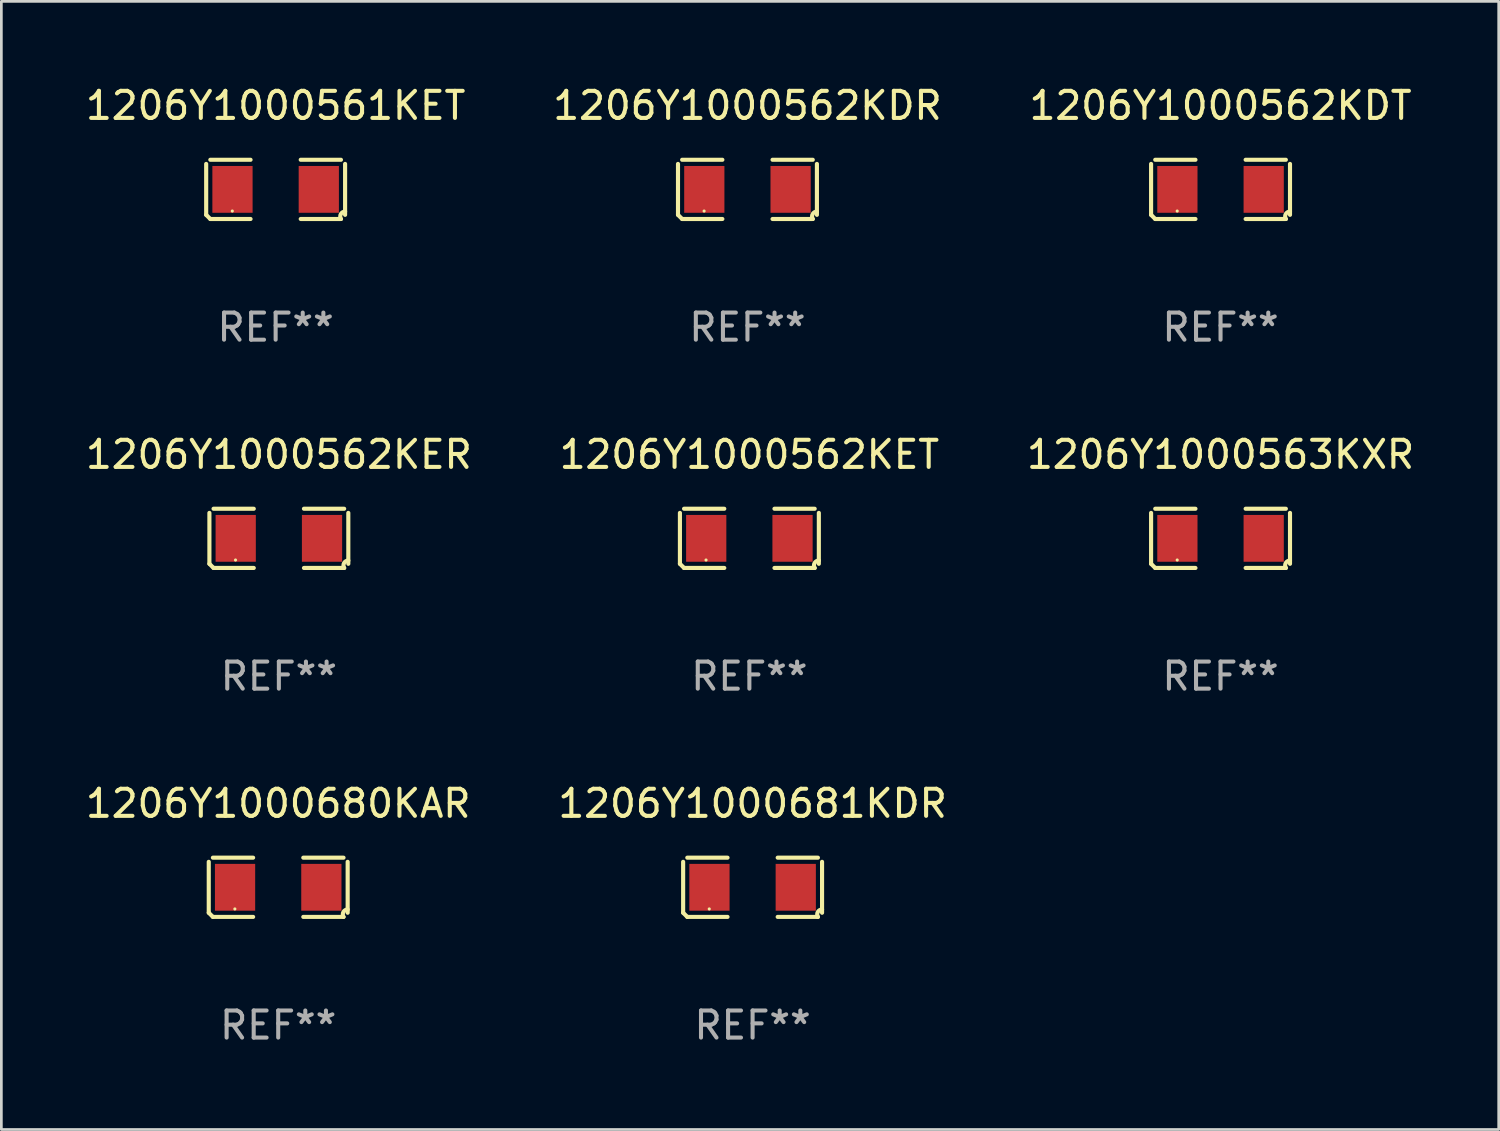
<source format=kicad_pcb>
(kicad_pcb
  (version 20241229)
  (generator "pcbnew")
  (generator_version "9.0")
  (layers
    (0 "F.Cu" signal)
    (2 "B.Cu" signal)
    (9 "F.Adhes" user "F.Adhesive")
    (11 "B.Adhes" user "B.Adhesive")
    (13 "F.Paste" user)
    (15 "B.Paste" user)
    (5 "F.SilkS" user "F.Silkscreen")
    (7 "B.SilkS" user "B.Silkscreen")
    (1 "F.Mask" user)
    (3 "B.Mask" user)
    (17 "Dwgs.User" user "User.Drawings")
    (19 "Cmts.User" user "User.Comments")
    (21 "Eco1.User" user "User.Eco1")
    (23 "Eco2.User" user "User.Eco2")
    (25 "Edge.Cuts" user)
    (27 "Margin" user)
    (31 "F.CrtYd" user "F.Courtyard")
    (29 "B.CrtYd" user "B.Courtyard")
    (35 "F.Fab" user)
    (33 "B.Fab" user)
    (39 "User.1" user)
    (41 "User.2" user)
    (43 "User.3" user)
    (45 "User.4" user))
  (footprint "1206Y1000562KDT"
    (layer "F.Cu")
    (at 42.006 3.941)
    (property "Reference" "1206Y1000562KDT" (at 0 -3.093 0) (layer "F.SilkS") (effects (font (size 1 1) (thickness 0.15))))
    (attr through_hole)
    (fp_line (start -2.564 0.94) (end -2.564 -0.94) (stroke (width 0.152) (type solid)) (layer "F.SilkS"))
    (fp_line (start -2.411 -1.093) (end -0.926 -1.093) (stroke (width 0.152) (type solid)) (layer "F.SilkS"))
    (fp_line (start -0.926 1.093) (end -2.411 1.093) (stroke (width 0.152) (type solid)) (layer "F.SilkS"))
    (fp_line (start 0.926 1.093) (end 2.411 1.093) (stroke (width 0.152) (type solid)) (layer "F.SilkS"))
    (fp_line (start 2.411 -1.093) (end 0.926 -1.093) (stroke (width 0.152) (type solid)) (layer "F.SilkS"))
    (fp_line (start 2.564 0.94) (end 2.564 -0.94) (stroke (width 0.152) (type solid)) (layer "F.SilkS"))
    (fp_arc (start -2.411201 1.092609) (mid -2.487413 1.01642) (end -2.563602 0.940208) (stroke (width 0.1524) (type solid)) (layer "F.SilkS"))
    (fp_arc (start 2.411201 1.092609) (mid 2.407159 0.911226) (end 2.563602 0.819347) (stroke (width 0.1524) (type solid)) (layer "F.SilkS"))
    (fp_circle (center -1.6 0.8) (end -1.57 0.8) (stroke (width 0.06) (type solid)) (fill no) (layer "F.SilkS"))
    (fp_text user "REF**" (at 0 5.093 0) (layer "F.Fab") (effects (font (size 1 1) (thickness 0.15))))
    (pad "1" smd rect (at -1.593 0) (size 1.485 1.728) (layers "F.Cu" "F.Mask" "F.Paste"))
    (pad "2" smd rect (at 1.593 0) (size 1.485 1.728) (layers "F.Cu" "F.Mask" "F.Paste")))
  (footprint "1206Y1000562KER"
    (layer "F.Cu")
    (at 7.244 16.823)
    (property "Reference" "1206Y1000562KER" (at 0 -3.093 0) (layer "F.SilkS") (effects (font (size 1 1) (thickness 0.15))))
    (attr through_hole)
    (fp_line (start -2.564 0.94) (end -2.564 -0.94) (stroke (width 0.152) (type solid)) (layer "F.SilkS"))
    (fp_line (start -2.411 -1.093) (end -0.926 -1.093) (stroke (width 0.152) (type solid)) (layer "F.SilkS"))
    (fp_line (start -0.926 1.093) (end -2.411 1.093) (stroke (width 0.152) (type solid)) (layer "F.SilkS"))
    (fp_line (start 0.926 1.093) (end 2.411 1.093) (stroke (width 0.152) (type solid)) (layer "F.SilkS"))
    (fp_line (start 2.411 -1.093) (end 0.926 -1.093) (stroke (width 0.152) (type solid)) (layer "F.SilkS"))
    (fp_line (start 2.564 0.94) (end 2.564 -0.94) (stroke (width 0.152) (type solid)) (layer "F.SilkS"))
    (fp_arc (start -2.411201 1.092609) (mid -2.487413 1.01642) (end -2.563602 0.940208) (stroke (width 0.1524) (type solid)) (layer "F.SilkS"))
    (fp_arc (start 2.411201 1.092609) (mid 2.407159 0.911226) (end 2.563602 0.819347) (stroke (width 0.1524) (type solid)) (layer "F.SilkS"))
    (fp_circle (center -1.6 0.8) (end -1.57 0.8) (stroke (width 0.06) (type solid)) (fill no) (layer "F.SilkS"))
    (fp_text user "REF**" (at 0 5.093 0) (layer "F.Fab") (effects (font (size 1 1) (thickness 0.15))))
    (pad "1" smd rect (at -1.593 0) (size 1.485 1.728) (layers "F.Cu" "F.Mask" "F.Paste"))
    (pad "2" smd rect (at 1.593 0) (size 1.485 1.728) (layers "F.Cu" "F.Mask" "F.Paste")))
  (footprint "1206Y1000562KET"
    (layer "F.Cu")
    (at 24.613 16.823)
    (property "Reference" "1206Y1000562KET" (at 0 -3.093 0) (layer "F.SilkS") (effects (font (size 1 1) (thickness 0.15))))
    (attr through_hole)
    (fp_line (start -2.564 0.94) (end -2.564 -0.94) (stroke (width 0.152) (type solid)) (layer "F.SilkS"))
    (fp_line (start -2.411 -1.093) (end -0.926 -1.093) (stroke (width 0.152) (type solid)) (layer "F.SilkS"))
    (fp_line (start -0.926 1.093) (end -2.411 1.093) (stroke (width 0.152) (type solid)) (layer "F.SilkS"))
    (fp_line (start 0.926 1.093) (end 2.411 1.093) (stroke (width 0.152) (type solid)) (layer "F.SilkS"))
    (fp_line (start 2.411 -1.093) (end 0.926 -1.093) (stroke (width 0.152) (type solid)) (layer "F.SilkS"))
    (fp_line (start 2.564 0.94) (end 2.564 -0.94) (stroke (width 0.152) (type solid)) (layer "F.SilkS"))
    (fp_arc (start -2.411201 1.092609) (mid -2.487413 1.01642) (end -2.563602 0.940208) (stroke (width 0.1524) (type solid)) (layer "F.SilkS"))
    (fp_arc (start 2.411201 1.092609) (mid 2.407159 0.911226) (end 2.563602 0.819347) (stroke (width 0.1524) (type solid)) (layer "F.SilkS"))
    (fp_circle (center -1.6 0.8) (end -1.57 0.8) (stroke (width 0.06) (type solid)) (fill no) (layer "F.SilkS"))
    (fp_text user "REF**" (at 0 5.093 0) (layer "F.Fab") (effects (font (size 1 1) (thickness 0.15))))
    (pad "1" smd rect (at -1.593 0) (size 1.485 1.728) (layers "F.Cu" "F.Mask" "F.Paste"))
    (pad "2" smd rect (at 1.593 0) (size 1.485 1.728) (layers "F.Cu" "F.Mask" "F.Paste")))
  (footprint "1206Y1000563KXR"
    (layer "F.Cu")
    (at 42.006 16.823)
    (property "Reference" "1206Y1000563KXR" (at 0 -3.093 0) (layer "F.SilkS") (effects (font (size 1 1) (thickness 0.15))))
    (attr through_hole)
    (fp_line (start -2.564 0.94) (end -2.564 -0.94) (stroke (width 0.152) (type solid)) (layer "F.SilkS"))
    (fp_line (start -2.411 -1.093) (end -0.926 -1.093) (stroke (width 0.152) (type solid)) (layer "F.SilkS"))
    (fp_line (start -0.926 1.093) (end -2.411 1.093) (stroke (width 0.152) (type solid)) (layer "F.SilkS"))
    (fp_line (start 0.926 1.093) (end 2.411 1.093) (stroke (width 0.152) (type solid)) (layer "F.SilkS"))
    (fp_line (start 2.411 -1.093) (end 0.926 -1.093) (stroke (width 0.152) (type solid)) (layer "F.SilkS"))
    (fp_line (start 2.564 0.94) (end 2.564 -0.94) (stroke (width 0.152) (type solid)) (layer "F.SilkS"))
    (fp_arc (start -2.411201 1.092609) (mid -2.487413 1.01642) (end -2.563602 0.940208) (stroke (width 0.1524) (type solid)) (layer "F.SilkS"))
    (fp_arc (start 2.411201 1.092609) (mid 2.407159 0.911226) (end 2.563602 0.819347) (stroke (width 0.1524) (type solid)) (layer "F.SilkS"))
    (fp_circle (center -1.6 0.8) (end -1.57 0.8) (stroke (width 0.06) (type solid)) (fill no) (layer "F.SilkS"))
    (fp_text user "REF**" (at 0 5.093 0) (layer "F.Fab") (effects (font (size 1 1) (thickness 0.15))))
    (pad "1" smd rect (at -1.593 0) (size 1.485 1.728) (layers "F.Cu" "F.Mask" "F.Paste"))
    (pad "2" smd rect (at 1.593 0) (size 1.485 1.728) (layers "F.Cu" "F.Mask" "F.Paste")))
  (footprint "1206Y1000561KET"
    (layer "F.Cu")
    (at 7.125 3.941)
    (property "Reference" "1206Y1000561KET" (at 0 -3.093 0) (layer "F.SilkS") (effects (font (size 1 1) (thickness 0.15))))
    (attr through_hole)
    (fp_line (start -2.564 0.94) (end -2.564 -0.94) (stroke (width 0.152) (type solid)) (layer "F.SilkS"))
    (fp_line (start -2.411 -1.093) (end -0.926 -1.093) (stroke (width 0.152) (type solid)) (layer "F.SilkS"))
    (fp_line (start -0.926 1.093) (end -2.411 1.093) (stroke (width 0.152) (type solid)) (layer "F.SilkS"))
    (fp_line (start 0.926 1.093) (end 2.411 1.093) (stroke (width 0.152) (type solid)) (layer "F.SilkS"))
    (fp_line (start 2.411 -1.093) (end 0.926 -1.093) (stroke (width 0.152) (type solid)) (layer "F.SilkS"))
    (fp_line (start 2.564 0.94) (end 2.564 -0.94) (stroke (width 0.152) (type solid)) (layer "F.SilkS"))
    (fp_arc (start -2.411201 1.092609) (mid -2.487413 1.01642) (end -2.563602 0.940208) (stroke (width 0.1524) (type solid)) (layer "F.SilkS"))
    (fp_arc (start 2.411201 1.092609) (mid 2.407159 0.911226) (end 2.563602 0.819347) (stroke (width 0.1524) (type solid)) (layer "F.SilkS"))
    (fp_circle (center -1.6 0.8) (end -1.57 0.8) (stroke (width 0.06) (type solid)) (fill no) (layer "F.SilkS"))
    (fp_text user "REF**" (at 0 5.093 0) (layer "F.Fab") (effects (font (size 1 1) (thickness 0.15))))
    (pad "1" smd rect (at -1.593 0) (size 1.485 1.728) (layers "F.Cu" "F.Mask" "F.Paste"))
    (pad "2" smd rect (at 1.593 0) (size 1.485 1.728) (layers "F.Cu" "F.Mask" "F.Paste")))
  (footprint "1206Y1000562KDR"
    (layer "F.Cu")
    (at 24.542 3.941)
    (property "Reference" "1206Y1000562KDR" (at 0 -3.093 0) (layer "F.SilkS") (effects (font (size 1 1) (thickness 0.15))))
    (attr through_hole)
    (fp_line (start -2.564 0.94) (end -2.564 -0.94) (stroke (width 0.152) (type solid)) (layer "F.SilkS"))
    (fp_line (start -2.411 -1.093) (end -0.926 -1.093) (stroke (width 0.152) (type solid)) (layer "F.SilkS"))
    (fp_line (start -0.926 1.093) (end -2.411 1.093) (stroke (width 0.152) (type solid)) (layer "F.SilkS"))
    (fp_line (start 0.926 1.093) (end 2.411 1.093) (stroke (width 0.152) (type solid)) (layer "F.SilkS"))
    (fp_line (start 2.411 -1.093) (end 0.926 -1.093) (stroke (width 0.152) (type solid)) (layer "F.SilkS"))
    (fp_line (start 2.564 0.94) (end 2.564 -0.94) (stroke (width 0.152) (type solid)) (layer "F.SilkS"))
    (fp_arc (start -2.411201 1.092609) (mid -2.487413 1.01642) (end -2.563602 0.940208) (stroke (width 0.1524) (type solid)) (layer "F.SilkS"))
    (fp_arc (start 2.411201 1.092609) (mid 2.407159 0.911226) (end 2.563602 0.819347) (stroke (width 0.1524) (type solid)) (layer "F.SilkS"))
    (fp_circle (center -1.6 0.8) (end -1.57 0.8) (stroke (width 0.06) (type solid)) (fill no) (layer "F.SilkS"))
    (fp_text user "REF**" (at 0 5.093 0) (layer "F.Fab") (effects (font (size 1 1) (thickness 0.15))))
    (pad "1" smd rect (at -1.593 0) (size 1.485 1.728) (layers "F.Cu" "F.Mask" "F.Paste"))
    (pad "2" smd rect (at 1.593 0) (size 1.485 1.728) (layers "F.Cu" "F.Mask" "F.Paste")))
  (footprint "1206Y1000681KDR"
    (layer "F.Cu")
    (at 24.732 29.704)
    (property "Reference" "1206Y1000681KDR" (at 0 -3.093 0) (layer "F.SilkS") (effects (font (size 1 1) (thickness 0.15))))
    (attr through_hole)
    (fp_line (start -2.564 0.94) (end -2.564 -0.94) (stroke (width 0.152) (type solid)) (layer "F.SilkS"))
    (fp_line (start -2.411 -1.093) (end -0.926 -1.093) (stroke (width 0.152) (type solid)) (layer "F.SilkS"))
    (fp_line (start -0.926 1.093) (end -2.411 1.093) (stroke (width 0.152) (type solid)) (layer "F.SilkS"))
    (fp_line (start 0.926 1.093) (end 2.411 1.093) (stroke (width 0.152) (type solid)) (layer "F.SilkS"))
    (fp_line (start 2.411 -1.093) (end 0.926 -1.093) (stroke (width 0.152) (type solid)) (layer "F.SilkS"))
    (fp_line (start 2.564 0.94) (end 2.564 -0.94) (stroke (width 0.152) (type solid)) (layer "F.SilkS"))
    (fp_arc (start -2.411201 1.092609) (mid -2.487413 1.01642) (end -2.563602 0.940208) (stroke (width 0.1524) (type solid)) (layer "F.SilkS"))
    (fp_arc (start 2.411201 1.092609) (mid 2.407159 0.911226) (end 2.563602 0.819347) (stroke (width 0.1524) (type solid)) (layer "F.SilkS"))
    (fp_circle (center -1.6 0.8) (end -1.57 0.8) (stroke (width 0.06) (type solid)) (fill no) (layer "F.SilkS"))
    (fp_text user "REF**" (at 0 5.093 0) (layer "F.Fab") (effects (font (size 1 1) (thickness 0.15))))
    (pad "1" smd rect (at -1.593 0) (size 1.485 1.728) (layers "F.Cu" "F.Mask" "F.Paste"))
    (pad "2" smd rect (at 1.593 0) (size 1.485 1.728) (layers "F.Cu" "F.Mask" "F.Paste")))
  (footprint "1206Y1000680KAR"
    (layer "F.Cu")
    (at 7.22 29.704)
    (property "Reference" "1206Y1000680KAR" (at 0 -3.093 0) (layer "F.SilkS") (effects (font (size 1 1) (thickness 0.15))))
    (attr through_hole)
    (fp_line (start -2.564 0.94) (end -2.564 -0.94) (stroke (width 0.152) (type solid)) (layer "F.SilkS"))
    (fp_line (start -2.411 -1.093) (end -0.926 -1.093) (stroke (width 0.152) (type solid)) (layer "F.SilkS"))
    (fp_line (start -0.926 1.093) (end -2.411 1.093) (stroke (width 0.152) (type solid)) (layer "F.SilkS"))
    (fp_line (start 0.926 1.093) (end 2.411 1.093) (stroke (width 0.152) (type solid)) (layer "F.SilkS"))
    (fp_line (start 2.411 -1.093) (end 0.926 -1.093) (stroke (width 0.152) (type solid)) (layer "F.SilkS"))
    (fp_line (start 2.564 0.94) (end 2.564 -0.94) (stroke (width 0.152) (type solid)) (layer "F.SilkS"))
    (fp_arc (start -2.411201 1.092609) (mid -2.487413 1.01642) (end -2.563602 0.940208) (stroke (width 0.1524) (type solid)) (layer "F.SilkS"))
    (fp_arc (start 2.411201 1.092609) (mid 2.407159 0.911226) (end 2.563602 0.819347) (stroke (width 0.1524) (type solid)) (layer "F.SilkS"))
    (fp_circle (center -1.6 0.8) (end -1.57 0.8) (stroke (width 0.06) (type solid)) (fill no) (layer "F.SilkS"))
    (fp_text user "REF**" (at 0 5.093 0) (layer "F.Fab") (effects (font (size 1 1) (thickness 0.15))))
    (pad "1" smd rect (at -1.593 0) (size 1.485 1.728) (layers "F.Cu" "F.Mask" "F.Paste"))
    (pad "2" smd rect (at 1.593 0) (size 1.485 1.728) (layers "F.Cu" "F.Mask" "F.Paste")))
  (gr_rect
    (start -3 -3)
    (end 52.274 38.645)
    (stroke (width 0.1) (type default))
    (fill no)
    (layer "Edge.Cuts")))
</source>
